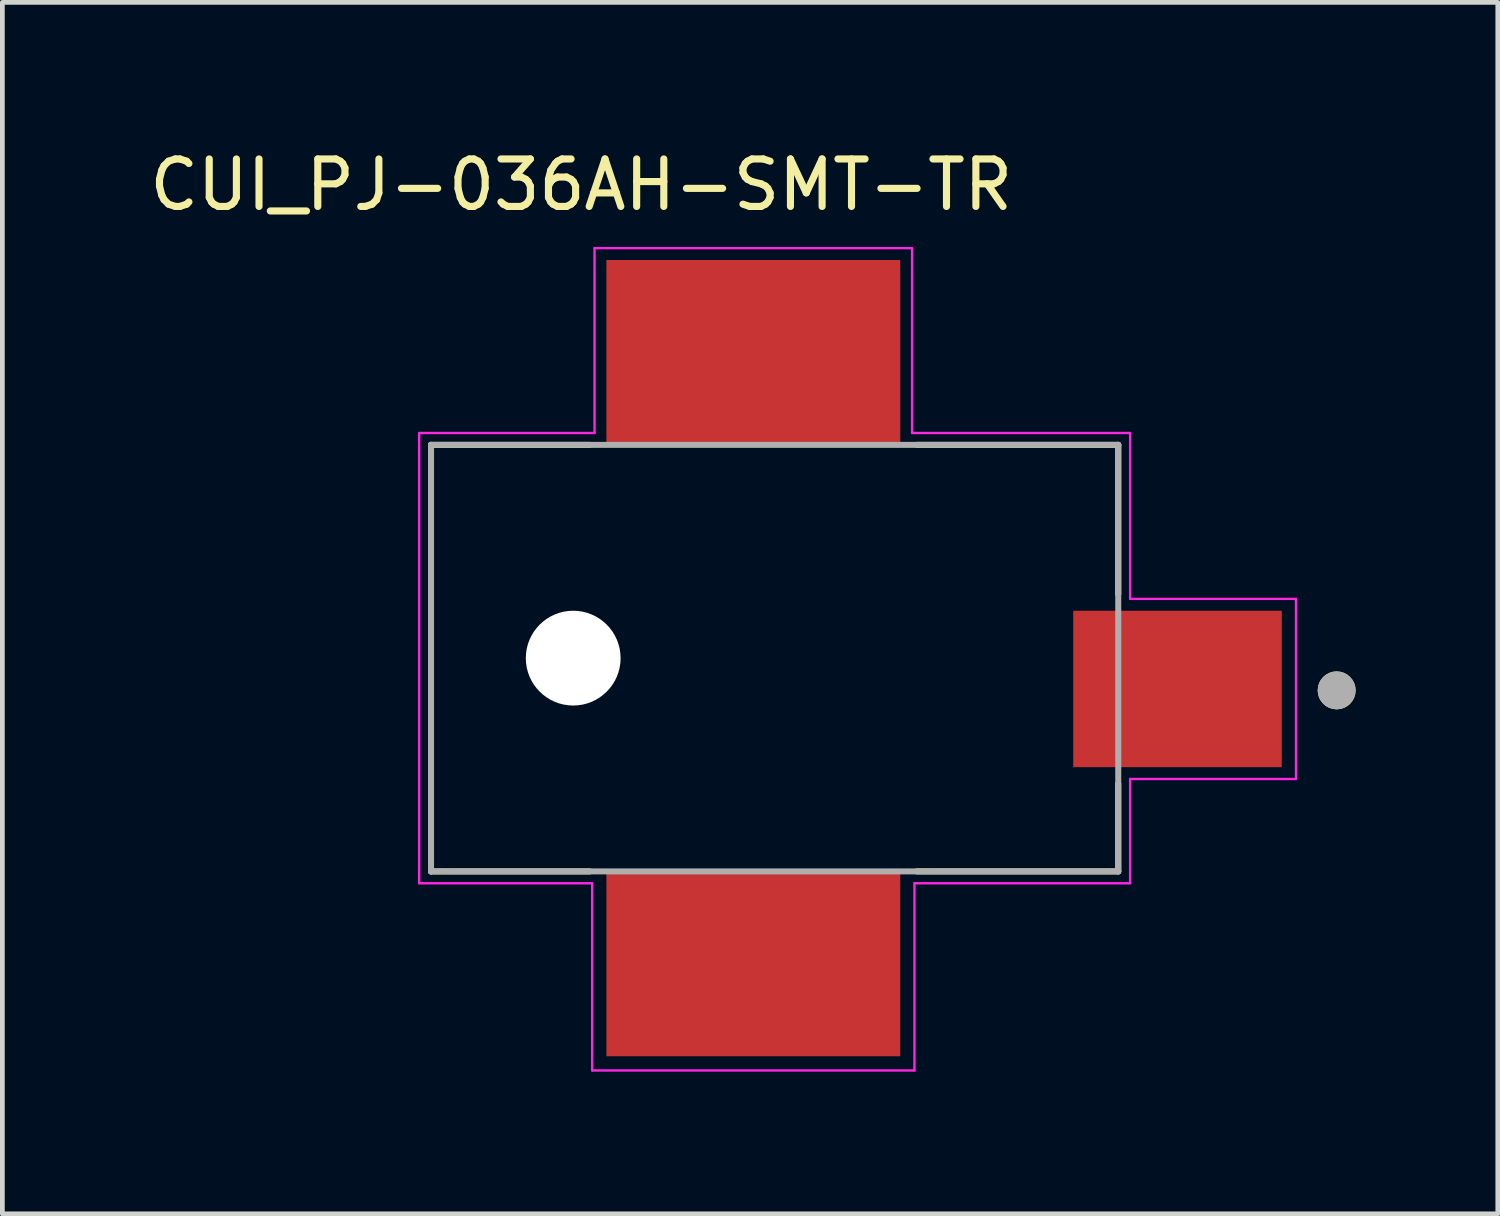
<source format=kicad_pcb>
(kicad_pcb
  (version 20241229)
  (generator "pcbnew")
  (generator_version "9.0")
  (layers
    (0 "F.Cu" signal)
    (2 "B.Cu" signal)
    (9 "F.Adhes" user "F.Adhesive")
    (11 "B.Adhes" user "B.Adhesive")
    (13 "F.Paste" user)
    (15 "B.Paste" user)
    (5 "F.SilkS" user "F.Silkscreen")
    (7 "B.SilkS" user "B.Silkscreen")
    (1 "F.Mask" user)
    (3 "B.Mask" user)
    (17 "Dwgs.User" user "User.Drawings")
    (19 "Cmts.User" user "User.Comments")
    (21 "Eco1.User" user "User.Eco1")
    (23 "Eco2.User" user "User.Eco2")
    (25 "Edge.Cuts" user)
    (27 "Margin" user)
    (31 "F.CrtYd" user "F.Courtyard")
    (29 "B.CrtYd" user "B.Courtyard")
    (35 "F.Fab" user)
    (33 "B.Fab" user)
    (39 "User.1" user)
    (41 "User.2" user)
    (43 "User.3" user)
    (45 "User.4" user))
  (footprint "CUI_PJ-036AH-SMT-TR"
    (layer "F.Cu")
    (at 21.794 11.486)
    (property "Reference" "CUI_PJ-036AH-SMT-TR" (at -12.58 -10.636 0) (layer "F.SilkS") (effects (font (size 1.002 1.002) (thickness 0.15))))
    (attr smd)
    (fp_line (start -15.75 -5.15) (end -15.75 3.85) (stroke (width 0.127) (type solid)) (layer "F.SilkS"))
    (fp_line (start -15.75 3.85) (end -12.4 3.85) (stroke (width 0.127) (type solid)) (layer "F.SilkS"))
    (fp_line (start -12.4 -5.15) (end -15.75 -5.15) (stroke (width 0.127) (type solid)) (layer "F.SilkS"))
    (fp_line (start -5.5 3.85) (end -1.25 3.85) (stroke (width 0.127) (type solid)) (layer "F.SilkS"))
    (fp_line (start -1.25 -5.15) (end -5.5 -5.15) (stroke (width 0.127) (type solid)) (layer "F.SilkS"))
    (fp_line (start -1.25 -2) (end -1.25 -5.15) (stroke (width 0.127) (type solid)) (layer "F.SilkS"))
    (fp_line (start -1.25 3.85) (end -1.25 2) (stroke (width 0.127) (type solid)) (layer "F.SilkS"))
    (fp_circle (center 3.358 0.03) (end 3.558 0.03) (stroke (width 0.4) (type solid)) (fill no) (layer "F.SilkS"))
    (fp_line (start -16 -5.4) (end -16 4.1) (stroke (width 0.05) (type solid)) (layer "F.CrtYd"))
    (fp_line (start -16 4.1) (end -12.35 4.1) (stroke (width 0.05) (type solid)) (layer "F.CrtYd"))
    (fp_line (start -12.35 4.1) (end -12.35 8.05) (stroke (width 0.05) (type solid)) (layer "F.CrtYd"))
    (fp_line (start -12.35 8.05) (end -5.55 8.05) (stroke (width 0.05) (type solid)) (layer "F.CrtYd"))
    (fp_line (start -12.3 -9.3) (end -5.6 -9.3) (stroke (width 0.05) (type solid)) (layer "F.CrtYd"))
    (fp_line (start -12.3 -5.4) (end -16 -5.4) (stroke (width 0.05) (type solid)) (layer "F.CrtYd"))
    (fp_line (start -12.3 -5.4) (end -12.3 -9.3) (stroke (width 0.05) (type solid)) (layer "F.CrtYd"))
    (fp_line (start -5.6 -9.3) (end -5.6 -5.4) (stroke (width 0.05) (type solid)) (layer "F.CrtYd"))
    (fp_line (start -5.55 4.1) (end -1 4.1) (stroke (width 0.05) (type solid)) (layer "F.CrtYd"))
    (fp_line (start -5.55 8.05) (end -5.55 4.1) (stroke (width 0.05) (type solid)) (layer "F.CrtYd"))
    (fp_line (start -1 -5.4) (end -5.6 -5.4) (stroke (width 0.05) (type solid)) (layer "F.CrtYd"))
    (fp_line (start -1 -1.9) (end -1 -5.4) (stroke (width 0.05) (type solid)) (layer "F.CrtYd"))
    (fp_line (start -1 -1.9) (end 2.5 -1.9) (stroke (width 0.05) (type solid)) (layer "F.CrtYd"))
    (fp_line (start -1 4.1) (end -1 1.9) (stroke (width 0.05) (type solid)) (layer "F.CrtYd"))
    (fp_line (start 2.5 -1.9) (end 2.5 1.9) (stroke (width 0.05) (type solid)) (layer "F.CrtYd"))
    (fp_line (start 2.5 1.9) (end -1 1.9) (stroke (width 0.05) (type solid)) (layer "F.CrtYd"))
    (fp_line (start -15.75 -5.15) (end -15.75 3.85) (stroke (width 0.127) (type solid)) (layer "F.Fab"))
    (fp_line (start -15.75 3.85) (end -1.25 3.85) (stroke (width 0.127) (type solid)) (layer "F.Fab"))
    (fp_line (start -1.25 -5.15) (end -15.75 -5.15) (stroke (width 0.127) (type solid)) (layer "F.Fab"))
    (fp_line (start -1.25 3.85) (end -1.25 -5.15) (stroke (width 0.127) (type solid)) (layer "F.Fab"))
    (fp_circle (center 3.358 0.03) (end 3.558 0.03) (stroke (width 0.4) (type solid)) (fill no) (layer "F.Fab"))
    (pad "" np_thru_hole circle (at -12.75 -0.65) (size 2 2) (drill 2) (layers "*.Cu" "*.Mask"))
    (pad "1" smd rect (at 0 0 90) (size 3.3 4.4) (layers "F.Cu" "F.Mask" "F.Paste"))
    (pad "2" smd rect (at -8.95 -7.1 180) (size 6.2 3.9) (layers "F.Cu" "F.Mask" "F.Paste"))
    (pad "3" smd rect (at -8.95 5.8) (size 6.2 3.9) (layers "F.Cu" "F.Mask" "F.Paste")))
  (gr_rect
    (start -3 -3)
    (end 28.552 22.561)
    (stroke (width 0.1) (type default))
    (fill no)
    (layer "Edge.Cuts")))
</source>
